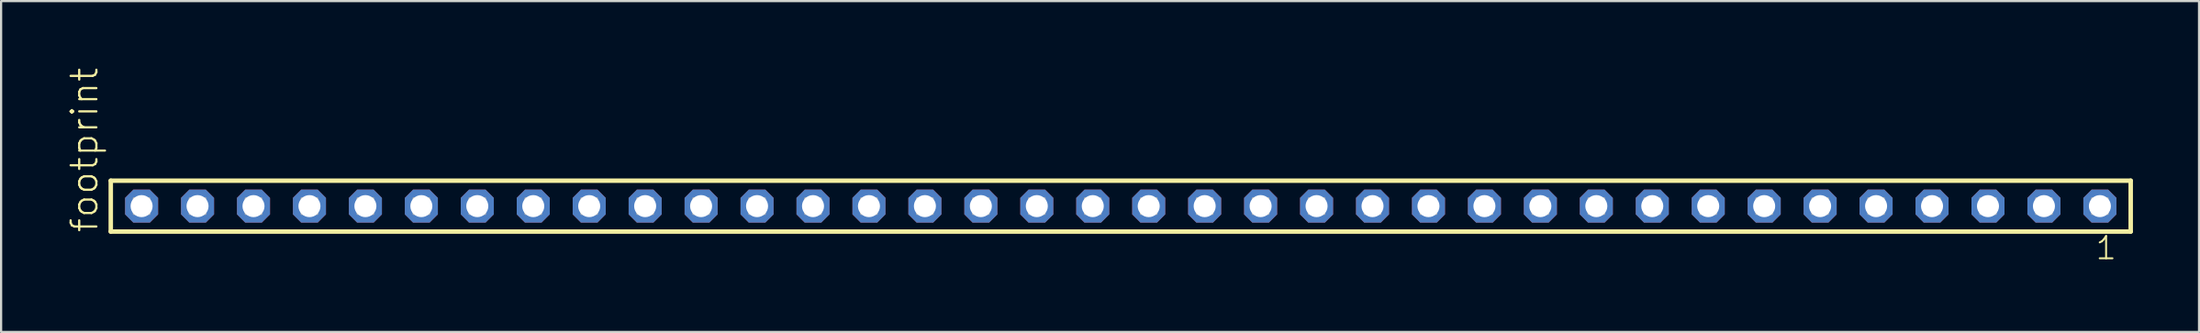
<source format=kicad_pcb>
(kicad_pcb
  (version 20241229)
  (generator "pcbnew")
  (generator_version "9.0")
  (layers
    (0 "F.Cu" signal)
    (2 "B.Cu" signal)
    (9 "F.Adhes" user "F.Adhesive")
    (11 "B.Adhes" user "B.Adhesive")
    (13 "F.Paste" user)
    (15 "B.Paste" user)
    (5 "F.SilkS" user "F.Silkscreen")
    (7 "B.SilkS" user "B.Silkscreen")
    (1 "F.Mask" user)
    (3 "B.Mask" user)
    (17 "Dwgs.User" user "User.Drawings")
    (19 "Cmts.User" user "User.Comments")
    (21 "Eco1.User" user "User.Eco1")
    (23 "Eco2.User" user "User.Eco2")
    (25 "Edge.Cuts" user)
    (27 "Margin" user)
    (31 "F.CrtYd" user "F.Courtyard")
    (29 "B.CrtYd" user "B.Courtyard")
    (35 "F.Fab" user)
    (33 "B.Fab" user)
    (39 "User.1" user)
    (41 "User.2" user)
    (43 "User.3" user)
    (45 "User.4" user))
  (footprint "footprint"
    (layer "F.Cu")
    (at 47.828 6.312)
    (property "Reference" "footprint" (at -46.355 1.27 90) (layer "F.SilkS") (effects (font (size 1.168 1.168) (thickness 0.102)) (justify left bottom)))
    (fp_line (start -45.849 -1.155) (end 45.849 -1.155) (stroke (width 0.203) (type solid)) (layer "F.SilkS"))
    (fp_line (start -45.849 1.155) (end -45.849 -1.155) (stroke (width 0.203) (type solid)) (layer "F.SilkS"))
    (fp_line (start 45.849 -1.155) (end 45.849 1.155) (stroke (width 0.203) (type solid)) (layer "F.SilkS"))
    (fp_line (start 45.849 1.155) (end -45.849 1.155) (stroke (width 0.203) (type solid)) (layer "F.SilkS"))
    (fp_poly (pts (xy -44.8 0.35) (xy -44.1 0.35) (xy -44.1 -0.35) (xy -44.8 -0.35)) (stroke (width 0.1) (type solid)) (fill no) (layer "F.Fab"))
    (fp_poly (pts (xy -42.26 0.35) (xy -41.56 0.35) (xy -41.56 -0.35) (xy -42.26 -0.35)) (stroke (width 0.1) (type solid)) (fill no) (layer "F.Fab"))
    (fp_poly (pts (xy -39.72 0.35) (xy -39.02 0.35) (xy -39.02 -0.35) (xy -39.72 -0.35)) (stroke (width 0.1) (type solid)) (fill no) (layer "F.Fab"))
    (fp_poly (pts (xy -37.18 0.35) (xy -36.48 0.35) (xy -36.48 -0.35) (xy -37.18 -0.35)) (stroke (width 0.1) (type solid)) (fill no) (layer "F.Fab"))
    (fp_poly (pts (xy -34.64 0.35) (xy -33.94 0.35) (xy -33.94 -0.35) (xy -34.64 -0.35)) (stroke (width 0.1) (type solid)) (fill no) (layer "F.Fab"))
    (fp_poly (pts (xy -32.1 0.35) (xy -31.4 0.35) (xy -31.4 -0.35) (xy -32.1 -0.35)) (stroke (width 0.1) (type solid)) (fill no) (layer "F.Fab"))
    (fp_poly (pts (xy -29.56 0.35) (xy -28.86 0.35) (xy -28.86 -0.35) (xy -29.56 -0.35)) (stroke (width 0.1) (type solid)) (fill no) (layer "F.Fab"))
    (fp_poly (pts (xy -27.02 0.35) (xy -26.32 0.35) (xy -26.32 -0.35) (xy -27.02 -0.35)) (stroke (width 0.1) (type solid)) (fill no) (layer "F.Fab"))
    (fp_poly (pts (xy -24.48 0.35) (xy -23.78 0.35) (xy -23.78 -0.35) (xy -24.48 -0.35)) (stroke (width 0.1) (type solid)) (fill no) (layer "F.Fab"))
    (fp_poly (pts (xy -21.94 0.35) (xy -21.24 0.35) (xy -21.24 -0.35) (xy -21.94 -0.35)) (stroke (width 0.1) (type solid)) (fill no) (layer "F.Fab"))
    (fp_poly (pts (xy -19.4 0.35) (xy -18.7 0.35) (xy -18.7 -0.35) (xy -19.4 -0.35)) (stroke (width 0.1) (type solid)) (fill no) (layer "F.Fab"))
    (fp_poly (pts (xy -16.86 0.35) (xy -16.16 0.35) (xy -16.16 -0.35) (xy -16.86 -0.35)) (stroke (width 0.1) (type solid)) (fill no) (layer "F.Fab"))
    (fp_poly (pts (xy -14.32 0.35) (xy -13.62 0.35) (xy -13.62 -0.35) (xy -14.32 -0.35)) (stroke (width 0.1) (type solid)) (fill no) (layer "F.Fab"))
    (fp_poly (pts (xy -11.78 0.35) (xy -11.08 0.35) (xy -11.08 -0.35) (xy -11.78 -0.35)) (stroke (width 0.1) (type solid)) (fill no) (layer "F.Fab"))
    (fp_poly (pts (xy -9.24 0.35) (xy -8.54 0.35) (xy -8.54 -0.35) (xy -9.24 -0.35)) (stroke (width 0.1) (type solid)) (fill no) (layer "F.Fab"))
    (fp_poly (pts (xy -6.7 0.35) (xy -6 0.35) (xy -6 -0.35) (xy -6.7 -0.35)) (stroke (width 0.1) (type solid)) (fill no) (layer "F.Fab"))
    (fp_poly (pts (xy -4.16 0.35) (xy -3.46 0.35) (xy -3.46 -0.35) (xy -4.16 -0.35)) (stroke (width 0.1) (type solid)) (fill no) (layer "F.Fab"))
    (fp_poly (pts (xy -1.62 0.35) (xy -0.92 0.35) (xy -0.92 -0.35) (xy -1.62 -0.35)) (stroke (width 0.1) (type solid)) (fill no) (layer "F.Fab"))
    (fp_poly (pts (xy 0.92 0.35) (xy 1.62 0.35) (xy 1.62 -0.35) (xy 0.92 -0.35)) (stroke (width 0.1) (type solid)) (fill no) (layer "F.Fab"))
    (fp_poly (pts (xy 3.46 0.35) (xy 4.16 0.35) (xy 4.16 -0.35) (xy 3.46 -0.35)) (stroke (width 0.1) (type solid)) (fill no) (layer "F.Fab"))
    (fp_poly (pts (xy 6 0.35) (xy 6.7 0.35) (xy 6.7 -0.35) (xy 6 -0.35)) (stroke (width 0.1) (type solid)) (fill no) (layer "F.Fab"))
    (fp_poly (pts (xy 8.54 0.35) (xy 9.24 0.35) (xy 9.24 -0.35) (xy 8.54 -0.35)) (stroke (width 0.1) (type solid)) (fill no) (layer "F.Fab"))
    (fp_poly (pts (xy 11.08 0.35) (xy 11.78 0.35) (xy 11.78 -0.35) (xy 11.08 -0.35)) (stroke (width 0.1) (type solid)) (fill no) (layer "F.Fab"))
    (fp_poly (pts (xy 13.62 0.35) (xy 14.32 0.35) (xy 14.32 -0.35) (xy 13.62 -0.35)) (stroke (width 0.1) (type solid)) (fill no) (layer "F.Fab"))
    (fp_poly (pts (xy 16.16 0.35) (xy 16.86 0.35) (xy 16.86 -0.35) (xy 16.16 -0.35)) (stroke (width 0.1) (type solid)) (fill no) (layer "F.Fab"))
    (fp_poly (pts (xy 18.7 0.35) (xy 19.4 0.35) (xy 19.4 -0.35) (xy 18.7 -0.35)) (stroke (width 0.1) (type solid)) (fill no) (layer "F.Fab"))
    (fp_poly (pts (xy 21.24 0.35) (xy 21.94 0.35) (xy 21.94 -0.35) (xy 21.24 -0.35)) (stroke (width 0.1) (type solid)) (fill no) (layer "F.Fab"))
    (fp_poly (pts (xy 23.78 0.35) (xy 24.48 0.35) (xy 24.48 -0.35) (xy 23.78 -0.35)) (stroke (width 0.1) (type solid)) (fill no) (layer "F.Fab"))
    (fp_poly (pts (xy 26.32 0.35) (xy 27.02 0.35) (xy 27.02 -0.35) (xy 26.32 -0.35)) (stroke (width 0.1) (type solid)) (fill no) (layer "F.Fab"))
    (fp_poly (pts (xy 28.86 0.35) (xy 29.56 0.35) (xy 29.56 -0.35) (xy 28.86 -0.35)) (stroke (width 0.1) (type solid)) (fill no) (layer "F.Fab"))
    (fp_poly (pts (xy 31.4 0.35) (xy 32.1 0.35) (xy 32.1 -0.35) (xy 31.4 -0.35)) (stroke (width 0.1) (type solid)) (fill no) (layer "F.Fab"))
    (fp_poly (pts (xy 33.94 0.35) (xy 34.64 0.35) (xy 34.64 -0.35) (xy 33.94 -0.35)) (stroke (width 0.1) (type solid)) (fill no) (layer "F.Fab"))
    (fp_poly (pts (xy 36.48 0.35) (xy 37.18 0.35) (xy 37.18 -0.35) (xy 36.48 -0.35)) (stroke (width 0.1) (type solid)) (fill no) (layer "F.Fab"))
    (fp_poly (pts (xy 39.02 0.35) (xy 39.72 0.35) (xy 39.72 -0.35) (xy 39.02 -0.35)) (stroke (width 0.1) (type solid)) (fill no) (layer "F.Fab"))
    (fp_poly (pts (xy 41.56 0.35) (xy 42.26 0.35) (xy 42.26 -0.35) (xy 41.56 -0.35)) (stroke (width 0.1) (type solid)) (fill no) (layer "F.Fab"))
    (fp_poly (pts (xy 44.1 0.35) (xy 44.8 0.35) (xy 44.8 -0.35) (xy 44.1 -0.35)) (stroke (width 0.1) (type solid)) (fill no) (layer "F.Fab"))
    (fp_text user "1" (at 44.192 2.498 0) (layer "F.SilkS") (effects (font (size 1.012 1.012) (thickness 0.088)) (justify left bottom)))
    (pad "1" thru_hole roundrect (at 44.45 0 180) (size 1.5 1.5) (drill 1) (layers "*.Cu" "*.Mask") (roundrect_rratio 0.25) (chamfer_ratio 0.25) (chamfer top_left top_right bottom_left bottom_right))
    (pad "2" thru_hole roundrect (at 41.91 0 180) (size 1.5 1.5) (drill 1) (layers "*.Cu" "*.Mask") (roundrect_rratio 0.25) (chamfer_ratio 0.25) (chamfer top_left top_right bottom_left bottom_right))
    (pad "3" thru_hole roundrect (at 39.37 0 180) (size 1.5 1.5) (drill 1) (layers "*.Cu" "*.Mask") (roundrect_rratio 0.25) (chamfer_ratio 0.25) (chamfer top_left top_right bottom_left bottom_right))
    (pad "4" thru_hole roundrect (at 36.83 0 180) (size 1.5 1.5) (drill 1) (layers "*.Cu" "*.Mask") (roundrect_rratio 0.25) (chamfer_ratio 0.25) (chamfer top_left top_right bottom_left bottom_right))
    (pad "5" thru_hole roundrect (at 34.29 0 180) (size 1.5 1.5) (drill 1) (layers "*.Cu" "*.Mask") (roundrect_rratio 0.25) (chamfer_ratio 0.25) (chamfer top_left top_right bottom_left bottom_right))
    (pad "6" thru_hole roundrect (at 31.75 0 180) (size 1.5 1.5) (drill 1) (layers "*.Cu" "*.Mask") (roundrect_rratio 0.25) (chamfer_ratio 0.25) (chamfer top_left top_right bottom_left bottom_right))
    (pad "7" thru_hole roundrect (at 29.21 0 180) (size 1.5 1.5) (drill 1) (layers "*.Cu" "*.Mask") (roundrect_rratio 0.25) (chamfer_ratio 0.25) (chamfer top_left top_right bottom_left bottom_right))
    (pad "8" thru_hole roundrect (at 26.67 0 180) (size 1.5 1.5) (drill 1) (layers "*.Cu" "*.Mask") (roundrect_rratio 0.25) (chamfer_ratio 0.25) (chamfer top_left top_right bottom_left bottom_right))
    (pad "9" thru_hole roundrect (at 24.13 0 180) (size 1.5 1.5) (drill 1) (layers "*.Cu" "*.Mask") (roundrect_rratio 0.25) (chamfer_ratio 0.25) (chamfer top_left top_right bottom_left bottom_right))
    (pad "10" thru_hole roundrect (at 21.59 0 180) (size 1.5 1.5) (drill 1) (layers "*.Cu" "*.Mask") (roundrect_rratio 0.25) (chamfer_ratio 0.25) (chamfer top_left top_right bottom_left bottom_right))
    (pad "11" thru_hole roundrect (at 19.05 0 180) (size 1.5 1.5) (drill 1) (layers "*.Cu" "*.Mask") (roundrect_rratio 0.25) (chamfer_ratio 0.25) (chamfer top_left top_right bottom_left bottom_right))
    (pad "12" thru_hole roundrect (at 16.51 0 180) (size 1.5 1.5) (drill 1) (layers "*.Cu" "*.Mask") (roundrect_rratio 0.25) (chamfer_ratio 0.25) (chamfer top_left top_right bottom_left bottom_right))
    (pad "13" thru_hole roundrect (at 13.97 0 180) (size 1.5 1.5) (drill 1) (layers "*.Cu" "*.Mask") (roundrect_rratio 0.25) (chamfer_ratio 0.25) (chamfer top_left top_right bottom_left bottom_right))
    (pad "14" thru_hole roundrect (at 11.43 0 180) (size 1.5 1.5) (drill 1) (layers "*.Cu" "*.Mask") (roundrect_rratio 0.25) (chamfer_ratio 0.25) (chamfer top_left top_right bottom_left bottom_right))
    (pad "15" thru_hole roundrect (at 8.89 0 180) (size 1.5 1.5) (drill 1) (layers "*.Cu" "*.Mask") (roundrect_rratio 0.25) (chamfer_ratio 0.25) (chamfer top_left top_right bottom_left bottom_right))
    (pad "16" thru_hole roundrect (at 6.35 0 180) (size 1.5 1.5) (drill 1) (layers "*.Cu" "*.Mask") (roundrect_rratio 0.25) (chamfer_ratio 0.25) (chamfer top_left top_right bottom_left bottom_right))
    (pad "17" thru_hole roundrect (at 3.81 0 180) (size 1.5 1.5) (drill 1) (layers "*.Cu" "*.Mask") (roundrect_rratio 0.25) (chamfer_ratio 0.25) (chamfer top_left top_right bottom_left bottom_right))
    (pad "18" thru_hole roundrect (at 1.27 0 180) (size 1.5 1.5) (drill 1) (layers "*.Cu" "*.Mask") (roundrect_rratio 0.25) (chamfer_ratio 0.25) (chamfer top_left top_right bottom_left bottom_right))
    (pad "19" thru_hole roundrect (at -1.27 0 180) (size 1.5 1.5) (drill 1) (layers "*.Cu" "*.Mask") (roundrect_rratio 0.25) (chamfer_ratio 0.25) (chamfer top_left top_right bottom_left bottom_right))
    (pad "20" thru_hole roundrect (at -3.81 0 180) (size 1.5 1.5) (drill 1) (layers "*.Cu" "*.Mask") (roundrect_rratio 0.25) (chamfer_ratio 0.25) (chamfer top_left top_right bottom_left bottom_right))
    (pad "21" thru_hole roundrect (at -6.35 0 180) (size 1.5 1.5) (drill 1) (layers "*.Cu" "*.Mask") (roundrect_rratio 0.25) (chamfer_ratio 0.25) (chamfer top_left top_right bottom_left bottom_right))
    (pad "22" thru_hole roundrect (at -8.89 0 180) (size 1.5 1.5) (drill 1) (layers "*.Cu" "*.Mask") (roundrect_rratio 0.25) (chamfer_ratio 0.25) (chamfer top_left top_right bottom_left bottom_right))
    (pad "23" thru_hole roundrect (at -11.43 0 180) (size 1.5 1.5) (drill 1) (layers "*.Cu" "*.Mask") (roundrect_rratio 0.25) (chamfer_ratio 0.25) (chamfer top_left top_right bottom_left bottom_right))
    (pad "24" thru_hole roundrect (at -13.97 0 180) (size 1.5 1.5) (drill 1) (layers "*.Cu" "*.Mask") (roundrect_rratio 0.25) (chamfer_ratio 0.25) (chamfer top_left top_right bottom_left bottom_right))
    (pad "25" thru_hole roundrect (at -16.51 0 180) (size 1.5 1.5) (drill 1) (layers "*.Cu" "*.Mask") (roundrect_rratio 0.25) (chamfer_ratio 0.25) (chamfer top_left top_right bottom_left bottom_right))
    (pad "26" thru_hole roundrect (at -19.05 0 180) (size 1.5 1.5) (drill 1) (layers "*.Cu" "*.Mask") (roundrect_rratio 0.25) (chamfer_ratio 0.25) (chamfer top_left top_right bottom_left bottom_right))
    (pad "27" thru_hole roundrect (at -21.59 0 180) (size 1.5 1.5) (drill 1) (layers "*.Cu" "*.Mask") (roundrect_rratio 0.25) (chamfer_ratio 0.25) (chamfer top_left top_right bottom_left bottom_right))
    (pad "28" thru_hole roundrect (at -24.13 0 180) (size 1.5 1.5) (drill 1) (layers "*.Cu" "*.Mask") (roundrect_rratio 0.25) (chamfer_ratio 0.25) (chamfer top_left top_right bottom_left bottom_right))
    (pad "29" thru_hole roundrect (at -26.67 0 180) (size 1.5 1.5) (drill 1) (layers "*.Cu" "*.Mask") (roundrect_rratio 0.25) (chamfer_ratio 0.25) (chamfer top_left top_right bottom_left bottom_right))
    (pad "30" thru_hole roundrect (at -29.21 0 180) (size 1.5 1.5) (drill 1) (layers "*.Cu" "*.Mask") (roundrect_rratio 0.25) (chamfer_ratio 0.25) (chamfer top_left top_right bottom_left bottom_right))
    (pad "31" thru_hole roundrect (at -31.75 0 180) (size 1.5 1.5) (drill 1) (layers "*.Cu" "*.Mask") (roundrect_rratio 0.25) (chamfer_ratio 0.25) (chamfer top_left top_right bottom_left bottom_right))
    (pad "32" thru_hole roundrect (at -34.29 0 180) (size 1.5 1.5) (drill 1) (layers "*.Cu" "*.Mask") (roundrect_rratio 0.25) (chamfer_ratio 0.25) (chamfer top_left top_right bottom_left bottom_right))
    (pad "33" thru_hole roundrect (at -36.83 0 180) (size 1.5 1.5) (drill 1) (layers "*.Cu" "*.Mask") (roundrect_rratio 0.25) (chamfer_ratio 0.25) (chamfer top_left top_right bottom_left bottom_right))
    (pad "34" thru_hole roundrect (at -39.37 0 180) (size 1.5 1.5) (drill 1) (layers "*.Cu" "*.Mask") (roundrect_rratio 0.25) (chamfer_ratio 0.25) (chamfer top_left top_right bottom_left bottom_right))
    (pad "35" thru_hole roundrect (at -41.91 0 180) (size 1.5 1.5) (drill 1) (layers "*.Cu" "*.Mask") (roundrect_rratio 0.25) (chamfer_ratio 0.25) (chamfer top_left top_right bottom_left bottom_right))
    (pad "36" thru_hole roundrect (at -44.45 0 180) (size 1.5 1.5) (drill 1) (layers "*.Cu" "*.Mask") (roundrect_rratio 0.25) (chamfer_ratio 0.25) (chamfer top_left top_right bottom_left bottom_right)))
  (gr_rect
    (start -3 -3)
    (end 96.779 12.027)
    (stroke (width 0.1) (type default))
    (fill no)
    (layer "Edge.Cuts")))
</source>
